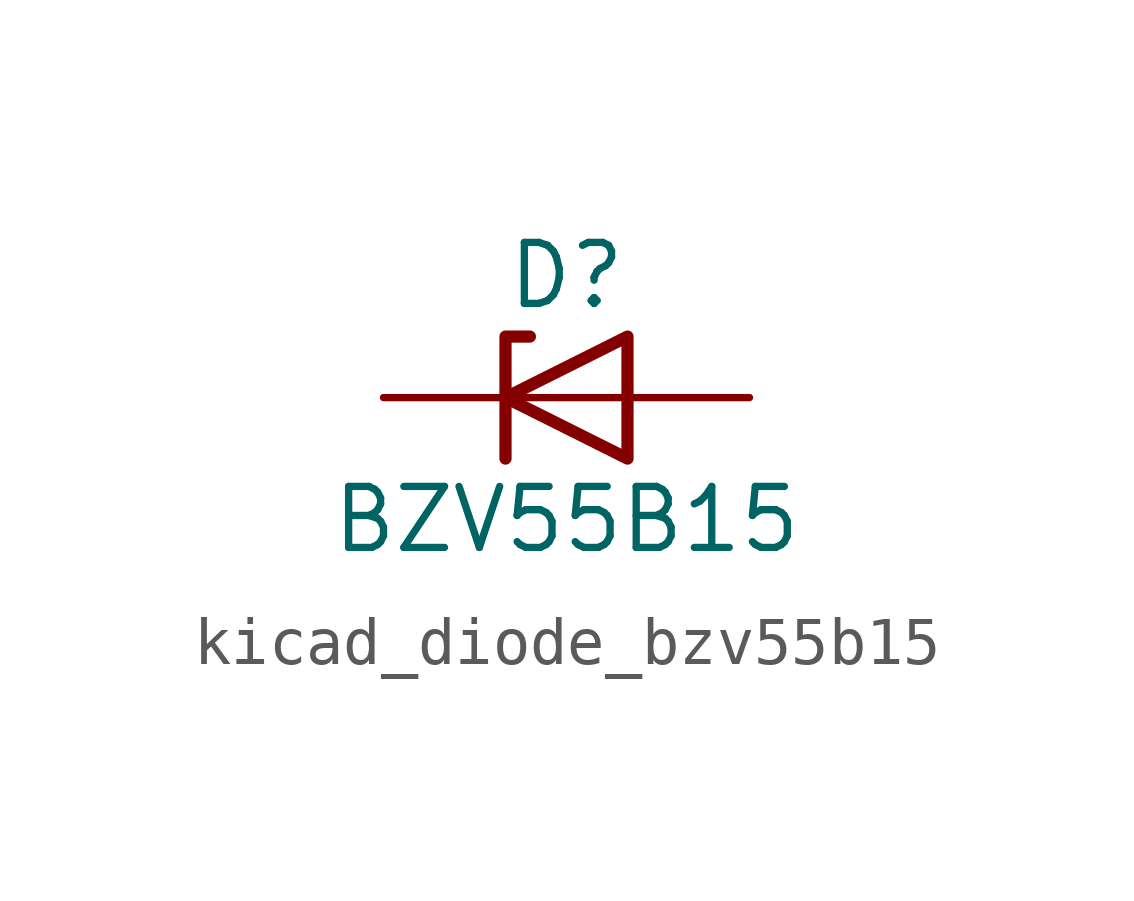
<source format=kicad_sym>
(kicad_symbol_lib
  (version 20220914)
  (generator kicad_symbol_editor)
  (symbol "kicad_diode_bzv55b15"
    (pin_numbers hide)
    (pin_names hide)
    (property "Reference" "D"
      (at 0 2.54 0)
      (effects (font (size 1.27 1.27))))
    (property "Value" "BZV55B15"
      (at 0 -2.54 0)
      (effects (font (size 1.27 1.27))))
    (symbol "kicad_diode_bzv55b15_0_1"
      (polyline (pts (xy 1.27 0) (xy -1.27 0)) (stroke (width 0) (type default)) (fill (type none)))
      (polyline (pts (xy -1.27 -1.27) (xy -1.27 1.27) (xy -0.762 1.27)) (stroke (width 0.254) (type default)) (fill (type none)))
      (polyline (pts (xy 1.27 -1.27) (xy 1.27 1.27) (xy -1.27 0) (xy 1.27 -1.27)) (stroke (width 0.254) (type default)) (fill (type none))))
    (symbol "kicad_diode_bzv55b15_1_1"
      (pin passive line (at -3.81 0 0) (length 2.54) (name "K" (effects (font (size 1.27 1.27)))) (number "1" (effects (font (size 1.27 1.27)))))
      (pin passive line (at 3.81 0 180) (length 2.54) (name "A" (effects (font (size 1.27 1.27)))) (number "2" (effects (font (size 1.27 1.27))))))))
</source>
